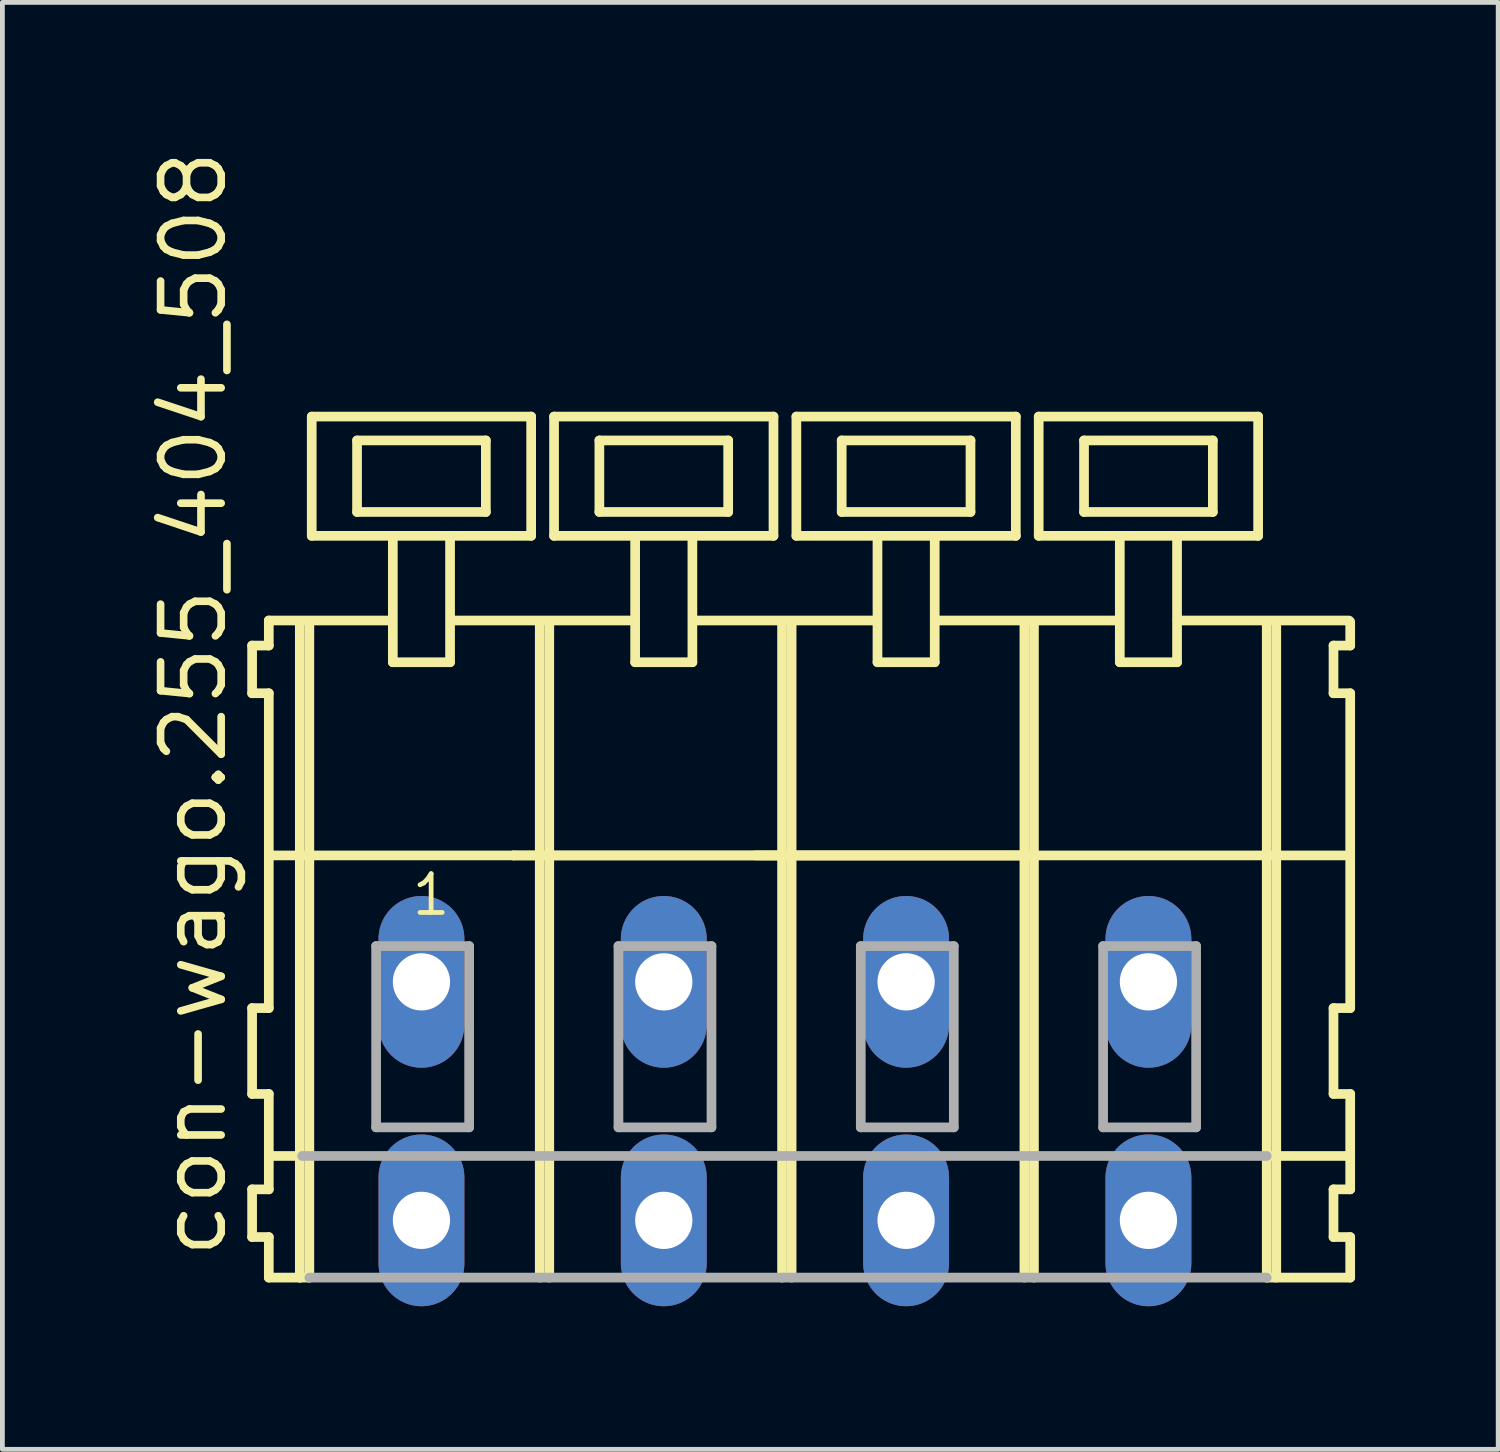
<source format=kicad_pcb>
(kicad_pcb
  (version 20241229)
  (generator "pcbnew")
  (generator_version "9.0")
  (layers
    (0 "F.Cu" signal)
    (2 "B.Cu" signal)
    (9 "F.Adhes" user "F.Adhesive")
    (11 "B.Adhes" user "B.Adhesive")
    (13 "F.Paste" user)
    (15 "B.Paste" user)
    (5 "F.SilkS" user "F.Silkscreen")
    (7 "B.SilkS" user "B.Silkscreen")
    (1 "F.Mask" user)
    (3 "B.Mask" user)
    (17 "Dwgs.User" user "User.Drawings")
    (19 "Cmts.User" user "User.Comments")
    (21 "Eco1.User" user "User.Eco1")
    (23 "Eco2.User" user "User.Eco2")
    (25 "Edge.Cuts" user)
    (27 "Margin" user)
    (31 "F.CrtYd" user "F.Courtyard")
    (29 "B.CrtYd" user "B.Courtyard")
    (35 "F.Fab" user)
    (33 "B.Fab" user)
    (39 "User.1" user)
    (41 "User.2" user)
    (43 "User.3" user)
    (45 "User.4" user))
  (footprint "con-wago.255_404_508"
    (layer "F.Cu")
    (at 13.405 17.533)
    (property "Reference" "con-wago.255_404_508" (at -11.655 5.855 90) (layer "F.SilkS") (effects (font (size 1.27 1.27) (thickness 0.16)) (justify left bottom)))
    (attr through_hole)
    (fp_line (start -11.17 -7.05) (end -11.17 -6.05) (stroke (width 0.203) (type default)) (layer "F.SilkS"))
    (fp_line (start -11.17 -6.05) (end -10.82 -6.05) (stroke (width 0.203) (type default)) (layer "F.SilkS"))
    (fp_line (start -11.17 0.55) (end -11.17 2.35) (stroke (width 0.203) (type default)) (layer "F.SilkS"))
    (fp_line (start -11.17 2.35) (end -10.82 2.35) (stroke (width 0.203) (type default)) (layer "F.SilkS"))
    (fp_line (start -11.17 4.35) (end -11.17 5.35) (stroke (width 0.203) (type default)) (layer "F.SilkS"))
    (fp_line (start -11.17 5.35) (end -10.82 5.35) (stroke (width 0.203) (type default)) (layer "F.SilkS"))
    (fp_line (start -10.82 -7.575) (end -10.82 -7.05) (stroke (width 0.203) (type default)) (layer "F.SilkS"))
    (fp_line (start -10.82 -7.575) (end -8.245 -7.575) (stroke (width 0.203) (type default)) (layer "F.SilkS"))
    (fp_line (start -10.82 -7.05) (end -11.17 -7.05) (stroke (width 0.203) (type default)) (layer "F.SilkS"))
    (fp_line (start -10.82 -6.05) (end -10.82 0.55) (stroke (width 0.203) (type default)) (layer "F.SilkS"))
    (fp_line (start -10.82 0.55) (end -11.17 0.55) (stroke (width 0.203) (type default)) (layer "F.SilkS"))
    (fp_line (start -10.82 2.35) (end -10.82 4.35) (stroke (width 0.203) (type default)) (layer "F.SilkS"))
    (fp_line (start -10.82 3.65) (end -10.12 3.65) (stroke (width 0.203) (type default)) (layer "F.SilkS"))
    (fp_line (start -10.82 4.35) (end -11.17 4.35) (stroke (width 0.203) (type default)) (layer "F.SilkS"))
    (fp_line (start -10.82 5.35) (end -10.82 6.2) (stroke (width 0.203) (type default)) (layer "F.SilkS"))
    (fp_line (start -10.82 6.2) (end -10.17 6.2) (stroke (width 0.203) (type default)) (layer "F.SilkS"))
    (fp_line (start -10.77 -2.65) (end -5.69 -2.65) (stroke (width 0.203) (type default)) (layer "F.SilkS"))
    (fp_line (start -10.17 -7.55) (end -10.17 6.2) (stroke (width 0.203) (type default)) (layer "F.SilkS"))
    (fp_line (start -10.17 6.2) (end -9.97 6.2) (stroke (width 0.203) (type default)) (layer "F.SilkS"))
    (fp_line (start -9.97 -7.55) (end -9.97 6.2) (stroke (width 0.203) (type default)) (layer "F.SilkS"))
    (fp_line (start -9.92 -11.85) (end -9.92 -9.35) (stroke (width 0.203) (type default)) (layer "F.SilkS"))
    (fp_line (start -9.92 -9.35) (end -8.22 -9.35) (stroke (width 0.203) (type default)) (layer "F.SilkS"))
    (fp_line (start -8.97 -11.35) (end -8.97 -9.85) (stroke (width 0.203) (type default)) (layer "F.SilkS"))
    (fp_line (start -8.97 -9.85) (end -6.27 -9.85) (stroke (width 0.203) (type default)) (layer "F.SilkS"))
    (fp_line (start -8.22 -9.35) (end -8.22 -6.7) (stroke (width 0.203) (type default)) (layer "F.SilkS"))
    (fp_line (start -8.22 -9.35) (end -7.02 -9.35) (stroke (width 0.203) (type default)) (layer "F.SilkS"))
    (fp_line (start -8.22 -6.7) (end -7.02 -6.7) (stroke (width 0.203) (type default)) (layer "F.SilkS"))
    (fp_line (start -7.02 -9.35) (end -5.32 -9.35) (stroke (width 0.203) (type default)) (layer "F.SilkS"))
    (fp_line (start -7.02 -6.7) (end -7.02 -9.35) (stroke (width 0.203) (type default)) (layer "F.SilkS"))
    (fp_line (start -6.995 -7.575) (end -3.161 -7.575) (stroke (width 0.203) (type default)) (layer "F.SilkS"))
    (fp_line (start -6.27 -11.35) (end -8.97 -11.35) (stroke (width 0.203) (type default)) (layer "F.SilkS"))
    (fp_line (start -6.27 -9.85) (end -6.27 -11.35) (stroke (width 0.203) (type default)) (layer "F.SilkS"))
    (fp_line (start -5.69 -2.65) (end -5.14 -2.65) (stroke (width 0.203) (type default)) (layer "F.SilkS"))
    (fp_line (start -5.69 -2.65) (end -0.06 -2.65) (stroke (width 0.203) (type default)) (layer "F.SilkS"))
    (fp_line (start -5.32 -11.85) (end -9.92 -11.85) (stroke (width 0.203) (type default)) (layer "F.SilkS"))
    (fp_line (start -5.32 -9.35) (end -5.32 -11.85) (stroke (width 0.203) (type default)) (layer "F.SilkS"))
    (fp_line (start -5.14 -7.55) (end -5.14 -2.65) (stroke (width 0.203) (type default)) (layer "F.SilkS"))
    (fp_line (start -5.14 -2.65) (end -5.14 6.2) (stroke (width 0.203) (type default)) (layer "F.SilkS"))
    (fp_line (start -5.14 -2.65) (end -0.06 -2.65) (stroke (width 0.203) (type default)) (layer "F.SilkS"))
    (fp_line (start -4.94 -7.55) (end -4.94 6.2) (stroke (width 0.203) (type default)) (layer "F.SilkS"))
    (fp_line (start -4.84 -11.85) (end -4.84 -9.35) (stroke (width 0.203) (type default)) (layer "F.SilkS"))
    (fp_line (start -4.84 -9.35) (end -3.14 -9.35) (stroke (width 0.203) (type default)) (layer "F.SilkS"))
    (fp_line (start -3.89 -11.35) (end -3.89 -9.85) (stroke (width 0.203) (type default)) (layer "F.SilkS"))
    (fp_line (start -3.89 -9.85) (end -1.19 -9.85) (stroke (width 0.203) (type default)) (layer "F.SilkS"))
    (fp_line (start -3.14 -9.35) (end -3.14 -6.7) (stroke (width 0.203) (type default)) (layer "F.SilkS"))
    (fp_line (start -3.14 -9.35) (end -1.94 -9.35) (stroke (width 0.203) (type default)) (layer "F.SilkS"))
    (fp_line (start -3.14 -6.7) (end -1.94 -6.7) (stroke (width 0.203) (type default)) (layer "F.SilkS"))
    (fp_line (start -1.94 -9.35) (end -0.24 -9.35) (stroke (width 0.203) (type default)) (layer "F.SilkS"))
    (fp_line (start -1.94 -6.7) (end -1.94 -9.35) (stroke (width 0.203) (type default)) (layer "F.SilkS"))
    (fp_line (start -1.915 -7.575) (end 1.93 -7.575) (stroke (width 0.203) (type default)) (layer "F.SilkS"))
    (fp_line (start -1.19 -11.35) (end -3.89 -11.35) (stroke (width 0.203) (type default)) (layer "F.SilkS"))
    (fp_line (start -1.19 -9.85) (end -1.19 -11.35) (stroke (width 0.203) (type default)) (layer "F.SilkS"))
    (fp_line (start -0.61 -2.65) (end 5.02 -2.65) (stroke (width 0.203) (type default)) (layer "F.SilkS"))
    (fp_line (start -0.24 -11.85) (end -4.84 -11.85) (stroke (width 0.203) (type default)) (layer "F.SilkS"))
    (fp_line (start -0.24 -9.35) (end -0.24 -11.85) (stroke (width 0.203) (type default)) (layer "F.SilkS"))
    (fp_line (start -0.06 -7.55) (end -0.06 -2.65) (stroke (width 0.203) (type default)) (layer "F.SilkS"))
    (fp_line (start -0.06 -2.65) (end -0.06 6.2) (stroke (width 0.203) (type default)) (layer "F.SilkS"))
    (fp_line (start -0.06 -2.65) (end 5.02 -2.65) (stroke (width 0.203) (type default)) (layer "F.SilkS"))
    (fp_line (start -0.06 -2.65) (end 10.1 -2.65) (stroke (width 0.203) (type default)) (layer "F.SilkS"))
    (fp_line (start 0.14 -7.55) (end 0.14 6.2) (stroke (width 0.203) (type default)) (layer "F.SilkS"))
    (fp_line (start 0.24 -11.85) (end 0.24 -9.35) (stroke (width 0.203) (type default)) (layer "F.SilkS"))
    (fp_line (start 0.24 -9.35) (end 1.94 -9.35) (stroke (width 0.203) (type default)) (layer "F.SilkS"))
    (fp_line (start 1.19 -11.35) (end 1.19 -9.85) (stroke (width 0.203) (type default)) (layer "F.SilkS"))
    (fp_line (start 1.19 -9.85) (end 3.89 -9.85) (stroke (width 0.203) (type default)) (layer "F.SilkS"))
    (fp_line (start 1.94 -9.35) (end 1.94 -6.7) (stroke (width 0.203) (type default)) (layer "F.SilkS"))
    (fp_line (start 1.94 -9.35) (end 3.14 -9.35) (stroke (width 0.203) (type default)) (layer "F.SilkS"))
    (fp_line (start 1.94 -6.7) (end 3.14 -6.7) (stroke (width 0.203) (type default)) (layer "F.SilkS"))
    (fp_line (start 3.14 -9.35) (end 4.84 -9.35) (stroke (width 0.203) (type default)) (layer "F.SilkS"))
    (fp_line (start 3.14 -6.7) (end 3.14 -9.35) (stroke (width 0.203) (type default)) (layer "F.SilkS"))
    (fp_line (start 3.165 -7.575) (end 7.01 -7.575) (stroke (width 0.203) (type default)) (layer "F.SilkS"))
    (fp_line (start 3.89 -11.35) (end 1.19 -11.35) (stroke (width 0.203) (type default)) (layer "F.SilkS"))
    (fp_line (start 3.89 -9.85) (end 3.89 -11.35) (stroke (width 0.203) (type default)) (layer "F.SilkS"))
    (fp_line (start 4.84 -11.85) (end 0.24 -11.85) (stroke (width 0.203) (type default)) (layer "F.SilkS"))
    (fp_line (start 4.84 -9.35) (end 4.84 -11.85) (stroke (width 0.203) (type default)) (layer "F.SilkS"))
    (fp_line (start 5.02 -7.55) (end 5.02 -2.65) (stroke (width 0.203) (type default)) (layer "F.SilkS"))
    (fp_line (start 5.02 -2.65) (end 5.02 6.2) (stroke (width 0.203) (type default)) (layer "F.SilkS"))
    (fp_line (start 5.22 -7.55) (end 5.22 6.2) (stroke (width 0.203) (type default)) (layer "F.SilkS"))
    (fp_line (start 5.32 -11.85) (end 5.32 -9.35) (stroke (width 0.203) (type default)) (layer "F.SilkS"))
    (fp_line (start 5.32 -9.35) (end 7.02 -9.35) (stroke (width 0.203) (type default)) (layer "F.SilkS"))
    (fp_line (start 6.27 -11.35) (end 6.27 -9.85) (stroke (width 0.203) (type default)) (layer "F.SilkS"))
    (fp_line (start 6.27 -9.85) (end 8.97 -9.85) (stroke (width 0.203) (type default)) (layer "F.SilkS"))
    (fp_line (start 7.02 -9.35) (end 7.02 -6.7) (stroke (width 0.203) (type default)) (layer "F.SilkS"))
    (fp_line (start 7.02 -9.35) (end 8.22 -9.35) (stroke (width 0.203) (type default)) (layer "F.SilkS"))
    (fp_line (start 7.02 -6.7) (end 8.22 -6.7) (stroke (width 0.203) (type default)) (layer "F.SilkS"))
    (fp_line (start 8.22 -9.35) (end 9.92 -9.35) (stroke (width 0.203) (type default)) (layer "F.SilkS"))
    (fp_line (start 8.22 -6.7) (end 8.22 -9.35) (stroke (width 0.203) (type default)) (layer "F.SilkS"))
    (fp_line (start 8.23 -7.575) (end 11.825 -7.575) (stroke (width 0.203) (type default)) (layer "F.SilkS"))
    (fp_line (start 8.97 -11.35) (end 6.27 -11.35) (stroke (width 0.203) (type default)) (layer "F.SilkS"))
    (fp_line (start 8.97 -9.85) (end 8.97 -11.35) (stroke (width 0.203) (type default)) (layer "F.SilkS"))
    (fp_line (start 9.92 -11.85) (end 5.32 -11.85) (stroke (width 0.203) (type default)) (layer "F.SilkS"))
    (fp_line (start 9.92 -9.35) (end 9.92 -11.85) (stroke (width 0.203) (type default)) (layer "F.SilkS"))
    (fp_line (start 10.1 -7.55) (end 10.1 -2.65) (stroke (width 0.203) (type default)) (layer "F.SilkS"))
    (fp_line (start 10.1 -2.65) (end 10.1 6.2) (stroke (width 0.203) (type default)) (layer "F.SilkS"))
    (fp_line (start 10.1 -2.65) (end 11.8 -2.65) (stroke (width 0.203) (type default)) (layer "F.SilkS"))
    (fp_line (start 10.1 6.2) (end 11.85 6.2) (stroke (width 0.203) (type default)) (layer "F.SilkS"))
    (fp_line (start 10.15 3.65) (end 11.85 3.65) (stroke (width 0.203) (type default)) (layer "F.SilkS"))
    (fp_line (start 10.3 -7.55) (end 10.3 6.2) (stroke (width 0.203) (type default)) (layer "F.SilkS"))
    (fp_line (start 11.5 -7.05) (end 11.5 -6.05) (stroke (width 0.203) (type default)) (layer "F.SilkS"))
    (fp_line (start 11.5 -6.05) (end 11.85 -6.05) (stroke (width 0.203) (type default)) (layer "F.SilkS"))
    (fp_line (start 11.5 0.55) (end 11.5 2.35) (stroke (width 0.203) (type default)) (layer "F.SilkS"))
    (fp_line (start 11.5 2.35) (end 11.85 2.35) (stroke (width 0.203) (type default)) (layer "F.SilkS"))
    (fp_line (start 11.5 4.35) (end 11.5 5.35) (stroke (width 0.203) (type default)) (layer "F.SilkS"))
    (fp_line (start 11.5 5.35) (end 11.85 5.35) (stroke (width 0.203) (type default)) (layer "F.SilkS"))
    (fp_line (start 11.85 -7.05) (end 11.5 -7.05) (stroke (width 0.203) (type default)) (layer "F.SilkS"))
    (fp_line (start 11.85 -7.05) (end 11.85 -7.55) (stroke (width 0.203) (type default)) (layer "F.SilkS"))
    (fp_line (start 11.85 0.55) (end 11.5 0.55) (stroke (width 0.203) (type default)) (layer "F.SilkS"))
    (fp_line (start 11.85 0.55) (end 11.85 -6.05) (stroke (width 0.203) (type default)) (layer "F.SilkS"))
    (fp_line (start 11.85 3.65) (end 11.85 2.35) (stroke (width 0.203) (type default)) (layer "F.SilkS"))
    (fp_line (start 11.85 4.35) (end 11.5 4.35) (stroke (width 0.203) (type default)) (layer "F.SilkS"))
    (fp_line (start 11.85 4.35) (end 11.85 3.65) (stroke (width 0.203) (type default)) (layer "F.SilkS"))
    (fp_line (start 11.85 6.2) (end 11.85 5.35) (stroke (width 0.203) (type default)) (layer "F.SilkS"))
    (fp_line (start -10.12 3.65) (end 10.1 3.65) (stroke (width 0.203) (type default)) (layer "F.Fab"))
    (fp_line (start -9.97 6.2) (end 10.1 6.2) (stroke (width 0.203) (type default)) (layer "F.Fab"))
    (fp_line (start -8.57 -0.75) (end -8.57 3.05) (stroke (width 0.203) (type default)) (layer "F.Fab"))
    (fp_line (start -8.57 3.05) (end -6.62 3.05) (stroke (width 0.203) (type default)) (layer "F.Fab"))
    (fp_line (start -6.62 -0.75) (end -8.57 -0.75) (stroke (width 0.203) (type default)) (layer "F.Fab"))
    (fp_line (start -6.62 3.05) (end -6.62 -0.75) (stroke (width 0.203) (type default)) (layer "F.Fab"))
    (fp_line (start -3.49 -0.75) (end -3.49 3.05) (stroke (width 0.203) (type default)) (layer "F.Fab"))
    (fp_line (start -3.49 3.05) (end -1.54 3.05) (stroke (width 0.203) (type default)) (layer "F.Fab"))
    (fp_line (start -1.54 -0.75) (end -3.49 -0.75) (stroke (width 0.203) (type default)) (layer "F.Fab"))
    (fp_line (start -1.54 3.05) (end -1.54 -0.75) (stroke (width 0.203) (type default)) (layer "F.Fab"))
    (fp_line (start 1.59 -0.75) (end 1.59 3.05) (stroke (width 0.203) (type default)) (layer "F.Fab"))
    (fp_line (start 1.59 3.05) (end 3.54 3.05) (stroke (width 0.203) (type default)) (layer "F.Fab"))
    (fp_line (start 3.54 -0.75) (end 1.59 -0.75) (stroke (width 0.203) (type default)) (layer "F.Fab"))
    (fp_line (start 3.54 3.05) (end 3.54 -0.75) (stroke (width 0.203) (type default)) (layer "F.Fab"))
    (fp_line (start 6.67 -0.75) (end 6.67 3.05) (stroke (width 0.203) (type default)) (layer "F.Fab"))
    (fp_line (start 6.67 3.05) (end 8.62 3.05) (stroke (width 0.203) (type default)) (layer "F.Fab"))
    (fp_line (start 8.62 -0.75) (end 6.67 -0.75) (stroke (width 0.203) (type default)) (layer "F.Fab"))
    (fp_line (start 8.62 3.05) (end 8.62 -0.75) (stroke (width 0.203) (type default)) (layer "F.Fab"))
    (fp_text user "1" (at -7.87 -1.35 0) (layer "F.SilkS") (effects (font (size 0.813 0.813) (thickness 0.1)) (justify left bottom)))
    (pad "A1" thru_hole oval (at -7.62 0 90) (size 3.6 1.8) (drill 1.2) (layers "*.Cu" "*.Mask"))
    (pad "A2" thru_hole oval (at -2.54 0 90) (size 3.6 1.8) (drill 1.2) (layers "*.Cu" "*.Mask"))
    (pad "A3" thru_hole oval (at 2.54 0 90) (size 3.6 1.8) (drill 1.2) (layers "*.Cu" "*.Mask"))
    (pad "A4" thru_hole oval (at 7.62 0 90) (size 3.6 1.8) (drill 1.2) (layers "*.Cu" "*.Mask"))
    (pad "B1" thru_hole oval (at -7.62 5 90) (size 3.6 1.8) (drill 1.2) (layers "*.Cu" "*.Mask"))
    (pad "B2" thru_hole oval (at -2.54 5 90) (size 3.6 1.8) (drill 1.2) (layers "*.Cu" "*.Mask"))
    (pad "B3" thru_hole oval (at 2.54 5 90) (size 3.6 1.8) (drill 1.2) (layers "*.Cu" "*.Mask"))
    (pad "B4" thru_hole oval (at 7.62 5 90) (size 3.6 1.8) (drill 1.2) (layers "*.Cu" "*.Mask")))
  (gr_rect
    (start -3 -3)
    (end 28.357 27.333)
    (stroke (width 0.1) (type default))
    (fill no)
    (layer "Edge.Cuts")))
</source>
